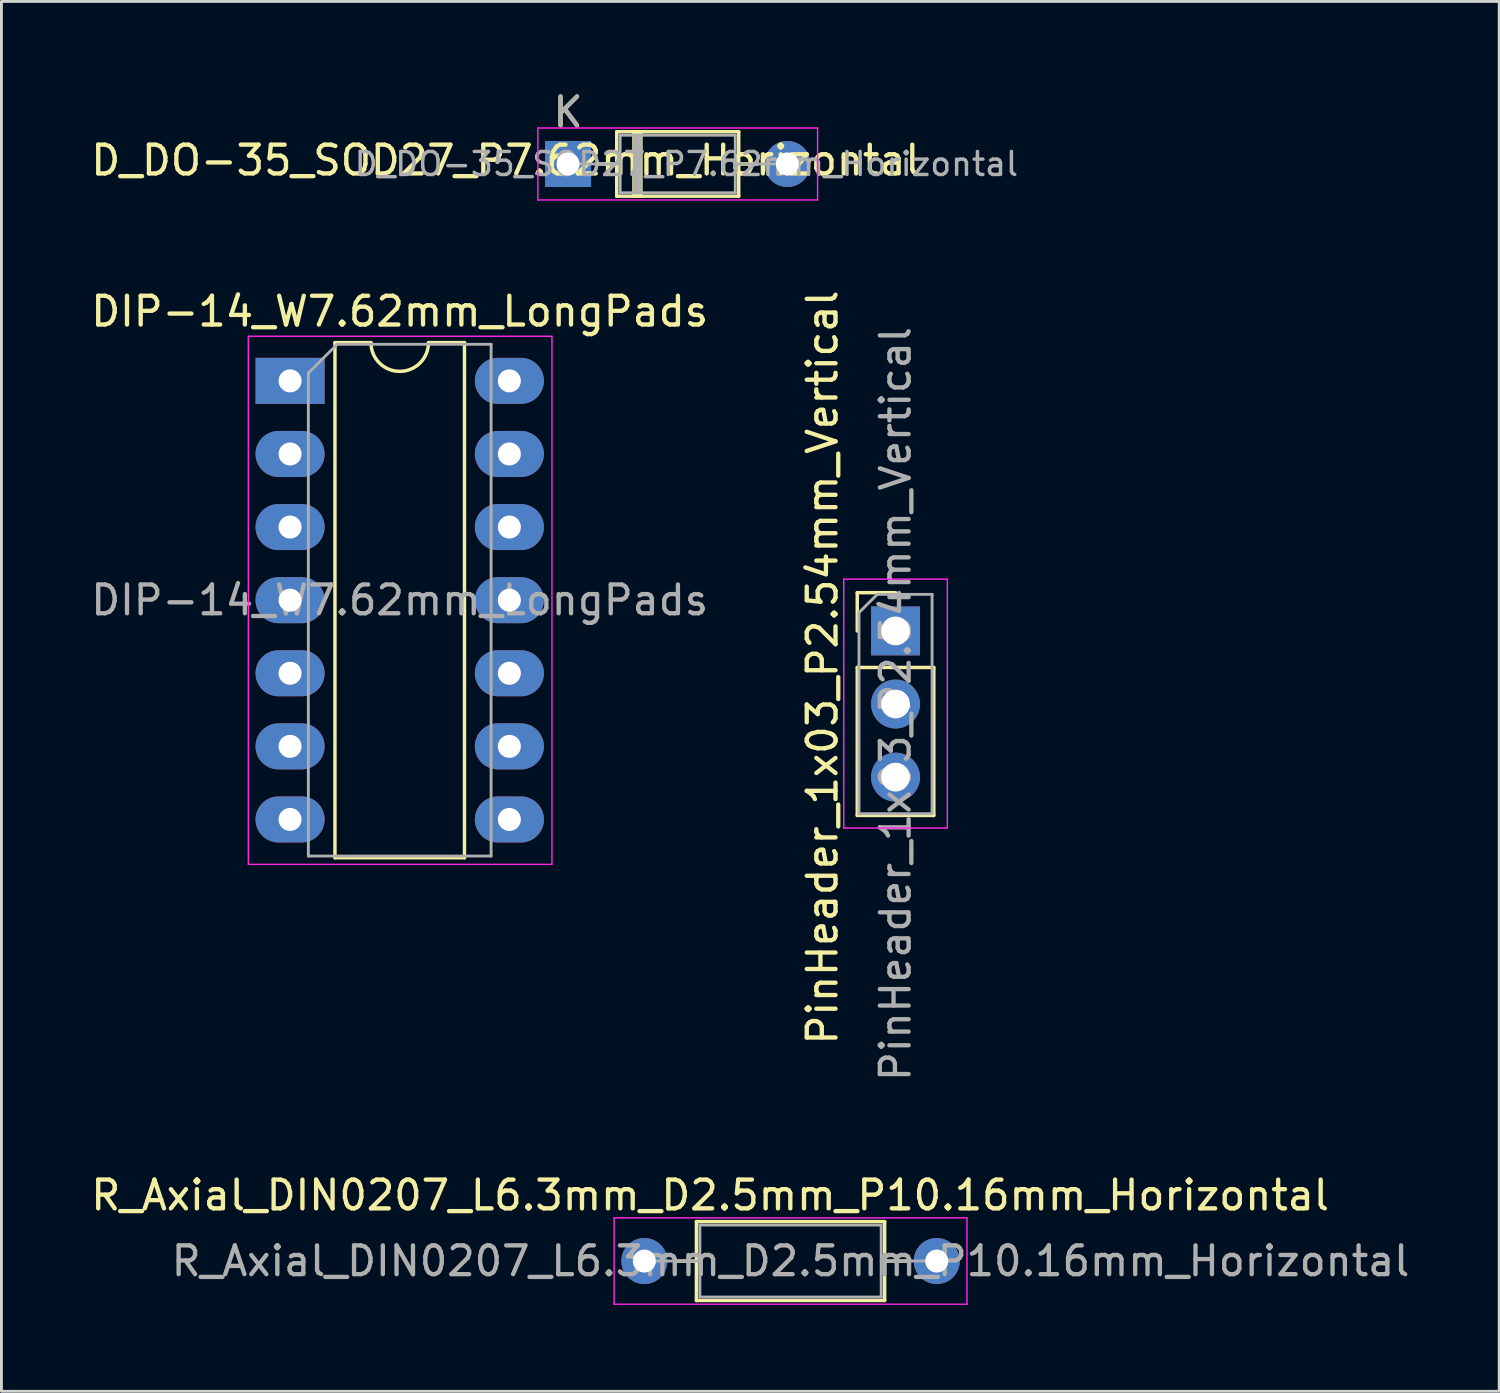
<source format=kicad_pcb>
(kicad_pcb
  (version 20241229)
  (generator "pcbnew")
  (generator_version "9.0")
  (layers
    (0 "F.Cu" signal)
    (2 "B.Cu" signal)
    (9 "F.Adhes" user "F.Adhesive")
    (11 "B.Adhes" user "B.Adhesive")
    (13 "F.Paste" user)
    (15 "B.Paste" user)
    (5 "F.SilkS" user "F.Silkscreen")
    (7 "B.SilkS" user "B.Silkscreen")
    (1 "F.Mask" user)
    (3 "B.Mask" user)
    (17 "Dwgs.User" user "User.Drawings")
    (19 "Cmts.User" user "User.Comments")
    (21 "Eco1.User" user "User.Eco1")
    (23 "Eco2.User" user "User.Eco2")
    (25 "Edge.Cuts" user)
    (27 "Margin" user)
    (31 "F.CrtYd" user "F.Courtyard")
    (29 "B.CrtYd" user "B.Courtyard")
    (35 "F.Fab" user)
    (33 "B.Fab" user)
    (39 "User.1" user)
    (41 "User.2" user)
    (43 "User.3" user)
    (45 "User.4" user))
  (footprint "R_Axial_DIN0207_L6.3mm_D2.5mm_P10.16mm_Horizontal"
    (placed yes)
    (layer "F.Cu")
    (at 19.339 40.768)
    (property "Reference" "R_Axial_DIN0207_L6.3mm_D2.5mm_P10.16mm_Horizontal" (at 2.286 -2.286 180) (layer "F.SilkS") (effects (font (size 1 1) (thickness 0.15))))
    (attr through_hole)
    (fp_line (start 1.04 0) (end 1.81 0) (stroke (width 0.12) (type solid)) (layer "F.SilkS"))
    (fp_line (start 1.81 -1.37) (end 1.81 1.37) (stroke (width 0.12) (type solid)) (layer "F.SilkS"))
    (fp_line (start 1.81 1.37) (end 8.35 1.37) (stroke (width 0.12) (type solid)) (layer "F.SilkS"))
    (fp_line (start 8.35 -1.37) (end 1.81 -1.37) (stroke (width 0.12) (type solid)) (layer "F.SilkS"))
    (fp_line (start 8.35 1.37) (end 8.35 -1.37) (stroke (width 0.12) (type solid)) (layer "F.SilkS"))
    (fp_line (start 9.12 0) (end 8.35 0) (stroke (width 0.12) (type solid)) (layer "F.SilkS"))
    (fp_line (start -1.05 -1.5) (end -1.05 1.5) (stroke (width 0.05) (type solid)) (layer "F.CrtYd"))
    (fp_line (start -1.05 1.5) (end 11.21 1.5) (stroke (width 0.05) (type solid)) (layer "F.CrtYd"))
    (fp_line (start 11.21 -1.5) (end -1.05 -1.5) (stroke (width 0.05) (type solid)) (layer "F.CrtYd"))
    (fp_line (start 11.21 1.5) (end 11.21 -1.5) (stroke (width 0.05) (type solid)) (layer "F.CrtYd"))
    (fp_line (start 0 0) (end 1.93 0) (stroke (width 0.1) (type solid)) (layer "F.Fab"))
    (fp_line (start 1.93 -1.25) (end 1.93 1.25) (stroke (width 0.1) (type solid)) (layer "F.Fab"))
    (fp_line (start 1.93 1.25) (end 8.23 1.25) (stroke (width 0.1) (type solid)) (layer "F.Fab"))
    (fp_line (start 8.23 -1.25) (end 1.93 -1.25) (stroke (width 0.1) (type solid)) (layer "F.Fab"))
    (fp_line (start 8.23 1.25) (end 8.23 -1.25) (stroke (width 0.1) (type solid)) (layer "F.Fab"))
    (fp_line (start 10.16 0) (end 8.23 0) (stroke (width 0.1) (type solid)) (layer "F.Fab"))
    (fp_text user "${REFERENCE}" (at 5.08 0 180) (layer "F.Fab") (effects (font (size 1 1) (thickness 0.15))))
    (pad "1" thru_hole circle (at 0 0) (size 1.6 1.6) (drill 0.8) (layers "*.Cu" "*.Mask"))
    (pad "2" thru_hole oval (at 10.16 0) (size 1.6 1.6) (drill 0.8) (layers "*.Cu" "*.Mask")))
  (footprint "DIP-14_W7.62mm_LongPads"
    (placed yes)
    (layer "F.Cu")
    (at 7.029 10.184)
    (property "Reference" "DIP-14_W7.62mm_LongPads" (at 3.81 -2.413 180) (layer "F.SilkS") (effects (font (size 1 1) (thickness 0.15))))
    (attr through_hole)
    (fp_line (start 1.56 -1.33) (end 1.56 16.57) (stroke (width 0.12) (type solid)) (layer "F.SilkS"))
    (fp_line (start 1.56 16.57) (end 6.06 16.57) (stroke (width 0.12) (type solid)) (layer "F.SilkS"))
    (fp_line (start 2.81 -1.33) (end 1.56 -1.33) (stroke (width 0.12) (type solid)) (layer "F.SilkS"))
    (fp_line (start 6.06 -1.33) (end 4.81 -1.33) (stroke (width 0.12) (type solid)) (layer "F.SilkS"))
    (fp_line (start 6.06 16.57) (end 6.06 -1.33) (stroke (width 0.12) (type solid)) (layer "F.SilkS"))
    (fp_arc (start 4.81 -1.33) (mid 3.81 -0.33) (end 2.81 -1.33) (stroke (width 0.12) (type solid)) (layer "F.SilkS"))
    (fp_line (start -1.45 -1.55) (end -1.45 16.8) (stroke (width 0.05) (type solid)) (layer "F.CrtYd"))
    (fp_line (start -1.45 16.8) (end 9.1 16.8) (stroke (width 0.05) (type solid)) (layer "F.CrtYd"))
    (fp_line (start 9.1 -1.55) (end -1.45 -1.55) (stroke (width 0.05) (type solid)) (layer "F.CrtYd"))
    (fp_line (start 9.1 16.8) (end 9.1 -1.55) (stroke (width 0.05) (type solid)) (layer "F.CrtYd"))
    (fp_line (start 0.635 -0.27) (end 1.635 -1.27) (stroke (width 0.1) (type solid)) (layer "F.Fab"))
    (fp_line (start 0.635 16.51) (end 0.635 -0.27) (stroke (width 0.1) (type solid)) (layer "F.Fab"))
    (fp_line (start 1.635 -1.27) (end 6.985 -1.27) (stroke (width 0.1) (type solid)) (layer "F.Fab"))
    (fp_line (start 6.985 -1.27) (end 6.985 16.51) (stroke (width 0.1) (type solid)) (layer "F.Fab"))
    (fp_line (start 6.985 16.51) (end 0.635 16.51) (stroke (width 0.1) (type solid)) (layer "F.Fab"))
    (fp_text user "${REFERENCE}" (at 3.81 7.62 0) (layer "F.Fab") (effects (font (size 1 1) (thickness 0.15))))
    (pad "1" thru_hole rect (at 0 0) (size 2.4 1.6) (drill 0.8) (layers "*.Cu" "*.Mask"))
    (pad "2" thru_hole oval (at 0 2.54) (size 2.4 1.6) (drill 0.8) (layers "*.Cu" "*.Mask"))
    (pad "3" thru_hole oval (at 0 5.08) (size 2.4 1.6) (drill 0.8) (layers "*.Cu" "*.Mask"))
    (pad "4" thru_hole oval (at 0 7.62) (size 2.4 1.6) (drill 0.8) (layers "*.Cu" "*.Mask"))
    (pad "5" thru_hole oval (at 0 10.16) (size 2.4 1.6) (drill 0.8) (layers "*.Cu" "*.Mask"))
    (pad "6" thru_hole oval (at 0 12.7) (size 2.4 1.6) (drill 0.8) (layers "*.Cu" "*.Mask"))
    (pad "7" thru_hole oval (at 0 15.24) (size 2.4 1.6) (drill 0.8) (layers "*.Cu" "*.Mask"))
    (pad "8" thru_hole oval (at 7.62 15.24) (size 2.4 1.6) (drill 0.8) (layers "*.Cu" "*.Mask"))
    (pad "9" thru_hole oval (at 7.62 12.7) (size 2.4 1.6) (drill 0.8) (layers "*.Cu" "*.Mask"))
    (pad "10" thru_hole oval (at 7.62 10.16) (size 2.4 1.6) (drill 0.8) (layers "*.Cu" "*.Mask"))
    (pad "11" thru_hole oval (at 7.62 7.62) (size 2.4 1.6) (drill 0.8) (layers "*.Cu" "*.Mask"))
    (pad "12" thru_hole oval (at 7.62 5.08) (size 2.4 1.6) (drill 0.8) (layers "*.Cu" "*.Mask"))
    (pad "13" thru_hole oval (at 7.62 2.54) (size 2.4 1.6) (drill 0.8) (layers "*.Cu" "*.Mask"))
    (pad "14" thru_hole oval (at 7.62 0) (size 2.4 1.6) (drill 0.8) (layers "*.Cu" "*.Mask")))
  (footprint "D_DO-35_SOD27_P7.62mm_Horizontal"
    (layer "F.Cu")
    (at 16.689 2.648)
    (property "Reference" "D_DO-35_SOD27_P7.62mm_Horizontal" (at -2.159 -0.127 0) (layer "F.SilkS") (effects (font (size 1 1) (thickness 0.15))))
    (attr through_hole)
    (fp_line (start 1.04 0) (end 1.69 0) (stroke (width 0.12) (type solid)) (layer "F.SilkS"))
    (fp_line (start 1.69 -1.12) (end 1.69 1.12) (stroke (width 0.12) (type solid)) (layer "F.SilkS"))
    (fp_line (start 1.69 1.12) (end 5.93 1.12) (stroke (width 0.12) (type solid)) (layer "F.SilkS"))
    (fp_line (start 2.29 -1.12) (end 2.29 1.12) (stroke (width 0.12) (type solid)) (layer "F.SilkS"))
    (fp_line (start 2.41 -1.12) (end 2.41 1.12) (stroke (width 0.12) (type solid)) (layer "F.SilkS"))
    (fp_line (start 2.53 -1.12) (end 2.53 1.12) (stroke (width 0.12) (type solid)) (layer "F.SilkS"))
    (fp_line (start 5.93 -1.12) (end 1.69 -1.12) (stroke (width 0.12) (type solid)) (layer "F.SilkS"))
    (fp_line (start 5.93 1.12) (end 5.93 -1.12) (stroke (width 0.12) (type solid)) (layer "F.SilkS"))
    (fp_line (start 6.58 0) (end 5.93 0) (stroke (width 0.12) (type solid)) (layer "F.SilkS"))
    (fp_line (start -1.05 -1.25) (end -1.05 1.25) (stroke (width 0.05) (type solid)) (layer "F.CrtYd"))
    (fp_line (start -1.05 1.25) (end 8.67 1.25) (stroke (width 0.05) (type solid)) (layer "F.CrtYd"))
    (fp_line (start 8.67 -1.25) (end -1.05 -1.25) (stroke (width 0.05) (type solid)) (layer "F.CrtYd"))
    (fp_line (start 8.67 1.25) (end 8.67 -1.25) (stroke (width 0.05) (type solid)) (layer "F.CrtYd"))
    (fp_line (start 0 0) (end 1.81 0) (stroke (width 0.1) (type solid)) (layer "F.Fab"))
    (fp_line (start 1.81 -1) (end 1.81 1) (stroke (width 0.1) (type solid)) (layer "F.Fab"))
    (fp_line (start 1.81 1) (end 5.81 1) (stroke (width 0.1) (type solid)) (layer "F.Fab"))
    (fp_line (start 2.31 -1) (end 2.31 1) (stroke (width 0.1) (type solid)) (layer "F.Fab"))
    (fp_line (start 2.41 -1) (end 2.41 1) (stroke (width 0.1) (type solid)) (layer "F.Fab"))
    (fp_line (start 2.51 -1) (end 2.51 1) (stroke (width 0.1) (type solid)) (layer "F.Fab"))
    (fp_line (start 5.81 -1) (end 1.81 -1) (stroke (width 0.1) (type solid)) (layer "F.Fab"))
    (fp_line (start 5.81 1) (end 5.81 -1) (stroke (width 0.1) (type solid)) (layer "F.Fab"))
    (fp_line (start 7.62 0) (end 5.81 0) (stroke (width 0.1) (type solid)) (layer "F.Fab"))
    (fp_text user "K" (at 0 -1.8 0) (layer "F.SilkS") (effects (font (size 1 1) (thickness 0.15))))
    (fp_text user "${REFERENCE}" (at 4.11 0 0) (layer "F.Fab") (effects (font (size 0.8 0.8) (thickness 0.12))))
    (fp_text user "K" (at 0 -1.8 0) (layer "F.Fab") (effects (font (size 1 1) (thickness 0.15))))
    (pad "1" thru_hole rect (at 0 0) (size 1.6 1.6) (drill 0.8) (layers "*.Cu" "*.Mask"))
    (pad "2" thru_hole oval (at 7.62 0) (size 1.6 1.6) (drill 0.8) (layers "*.Cu" "*.Mask")))
  (footprint "PinHeader_1x03_P2.54mm_Vertical"
    (layer "F.Cu")
    (at 28.067 18.873)
    (property "Reference" "PinHeader_1x03_P2.54mm_Vertical" (at -2.54 1.27 90) (layer "F.SilkS") (effects (font (size 1 1) (thickness 0.15))))
    (attr through_hole)
    (fp_line (start -1.33 -1.33) (end 0 -1.33) (stroke (width 0.12) (type solid)) (layer "F.SilkS"))
    (fp_line (start -1.33 0) (end -1.33 -1.33) (stroke (width 0.12) (type solid)) (layer "F.SilkS"))
    (fp_line (start -1.33 1.27) (end -1.33 6.41) (stroke (width 0.12) (type solid)) (layer "F.SilkS"))
    (fp_line (start -1.33 1.27) (end 1.33 1.27) (stroke (width 0.12) (type solid)) (layer "F.SilkS"))
    (fp_line (start -1.33 6.41) (end 1.33 6.41) (stroke (width 0.12) (type solid)) (layer "F.SilkS"))
    (fp_line (start 1.33 1.27) (end 1.33 6.41) (stroke (width 0.12) (type solid)) (layer "F.SilkS"))
    (fp_line (start -1.8 -1.8) (end -1.8 6.85) (stroke (width 0.05) (type solid)) (layer "F.CrtYd"))
    (fp_line (start -1.8 6.85) (end 1.8 6.85) (stroke (width 0.05) (type solid)) (layer "F.CrtYd"))
    (fp_line (start 1.8 -1.8) (end -1.8 -1.8) (stroke (width 0.05) (type solid)) (layer "F.CrtYd"))
    (fp_line (start 1.8 6.85) (end 1.8 -1.8) (stroke (width 0.05) (type solid)) (layer "F.CrtYd"))
    (fp_line (start -1.27 -0.635) (end -0.635 -1.27) (stroke (width 0.1) (type solid)) (layer "F.Fab"))
    (fp_line (start -1.27 6.35) (end -1.27 -0.635) (stroke (width 0.1) (type solid)) (layer "F.Fab"))
    (fp_line (start -0.635 -1.27) (end 1.27 -1.27) (stroke (width 0.1) (type solid)) (layer "F.Fab"))
    (fp_line (start 1.27 -1.27) (end 1.27 6.35) (stroke (width 0.1) (type solid)) (layer "F.Fab"))
    (fp_line (start 1.27 6.35) (end -1.27 6.35) (stroke (width 0.1) (type solid)) (layer "F.Fab"))
    (fp_text user "${REFERENCE}" (at 0 2.54 270) (layer "F.Fab") (effects (font (size 1 1) (thickness 0.15))))
    (pad "1" thru_hole rect (at 0 0) (size 1.7 1.7) (drill 1) (layers "*.Cu" "*.Mask"))
    (pad "2" thru_hole oval (at 0 2.54) (size 1.7 1.7) (drill 1) (layers "*.Cu" "*.Mask"))
    (pad "3" thru_hole oval (at 0 5.08) (size 1.7 1.7) (drill 1) (layers "*.Cu" "*.Mask")))
  (gr_rect
    (start -3 -3)
    (end 49.044 45.293)
    (stroke (width 0.1) (type default))
    (fill no)
    (layer "Edge.Cuts")))
</source>
